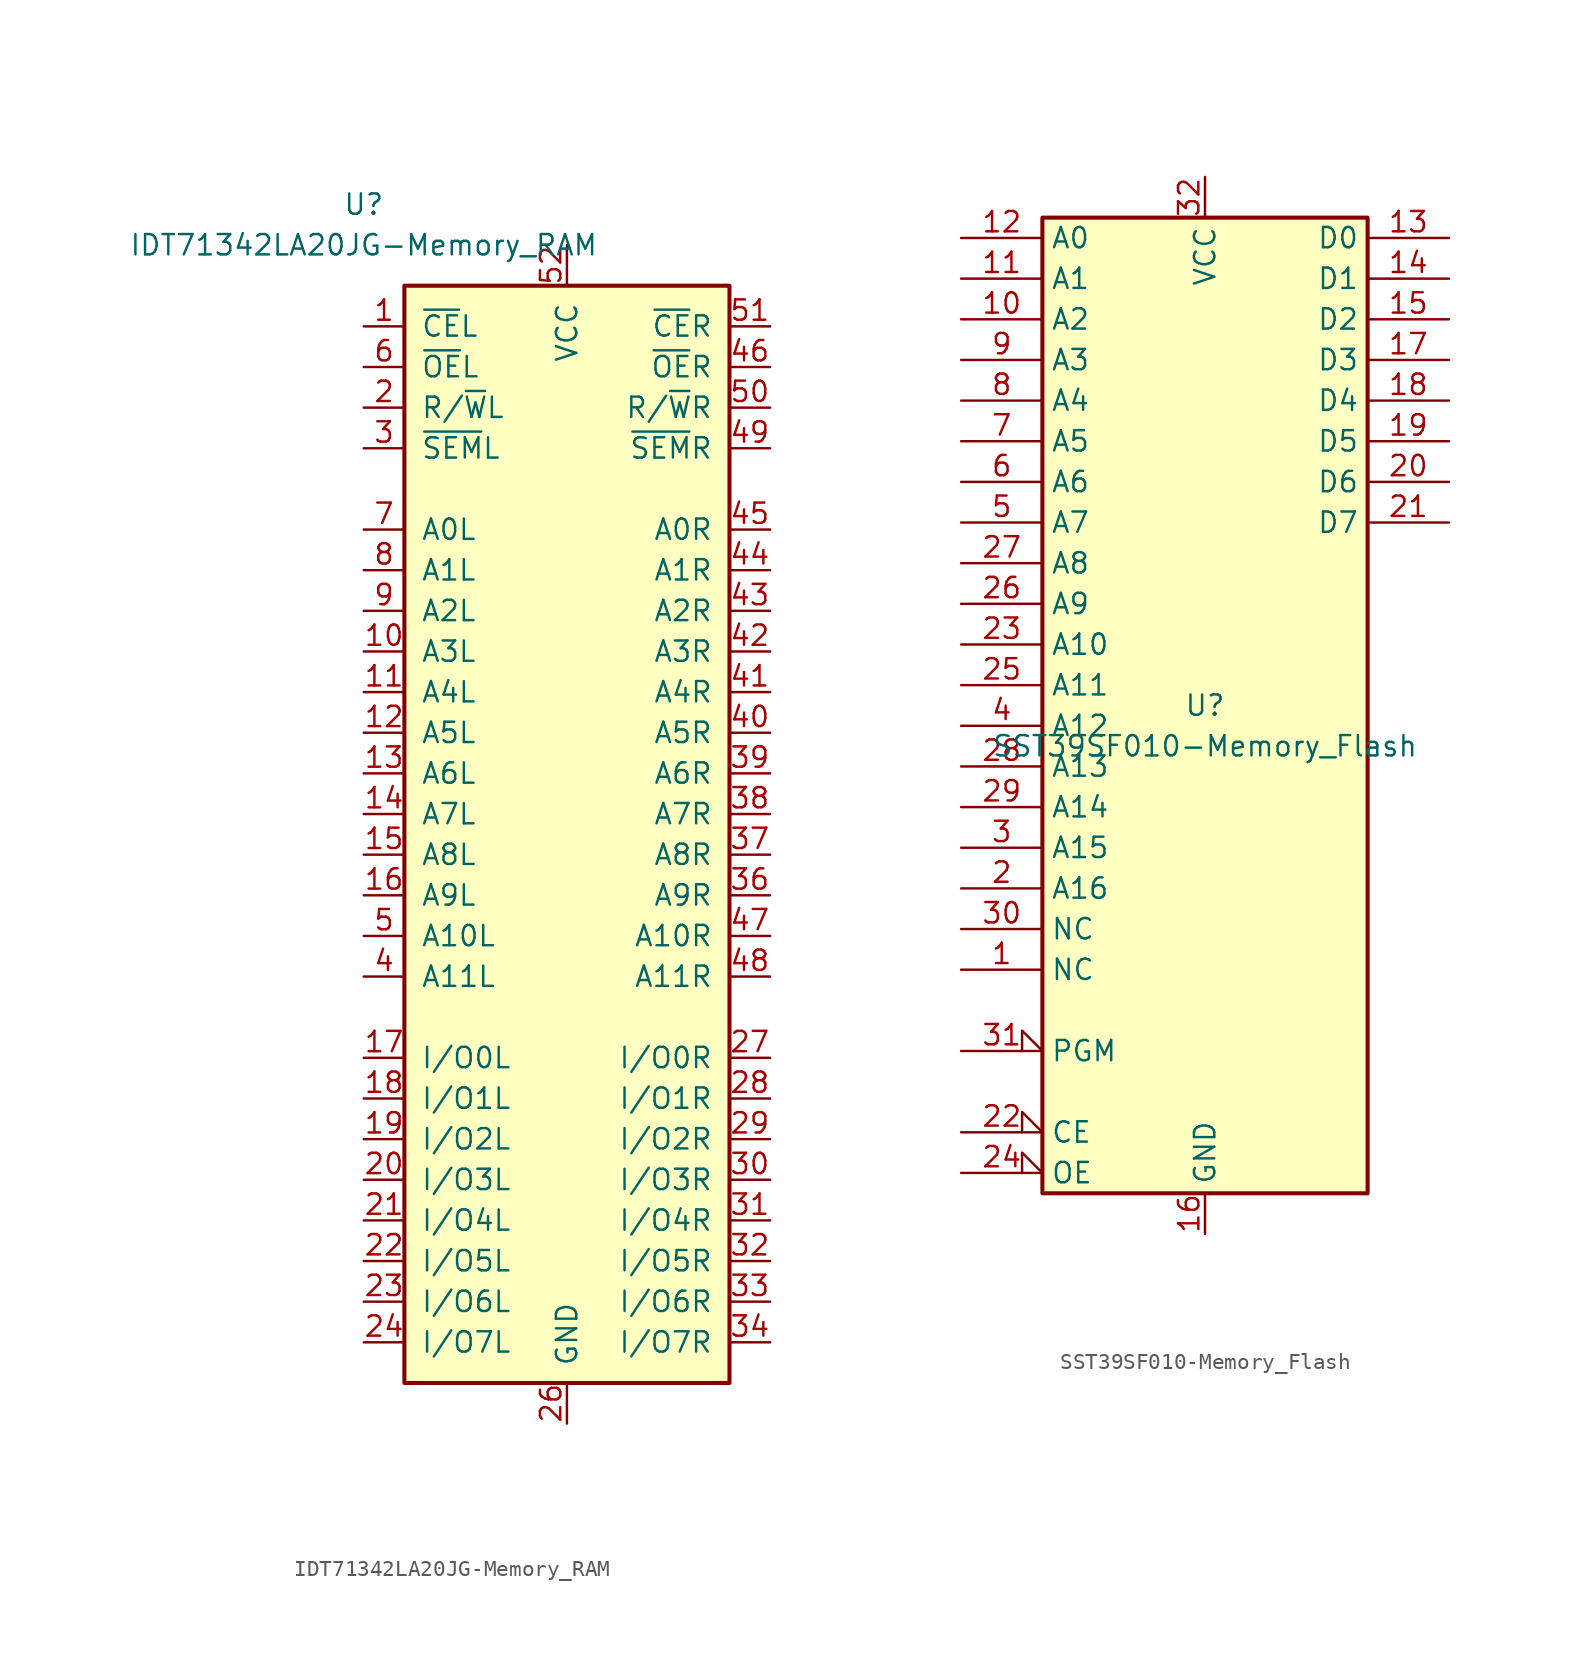
<source format=kicad_sym>
(kicad_symbol_lib
  (version 20220914)
  (generator kicad_symbol_editor)
  (symbol "IDT71342LA20JG-Memory_RAM"
    (pin_names
      (offset 1.016))
    (property "Reference" "U"
      (at -12.7 38.1 0)
      (effects (font (size 1.27 1.27))))
    (property "Value" "IDT71342LA20JG-Memory_RAM"
      (at -12.7 35.56 0)
      (effects (font (size 1.27 1.27))))
    (symbol "IDT71342LA20JG-Memory_RAM_1_1"
      (rectangle (start -10.16 -35.56) (end 10.16 33.02) (stroke (width 0.254) (type solid)) (fill (type background)))
      (pin input line (at -12.7 30.48 0) (length 2.54) (name "~{CE}L" (effects (font (size 1.27 1.27)))) (number "1" (effects (font (size 1.27 1.27)))))
      (pin input line (at -12.7 10.16 0) (length 2.54) (name "A3L" (effects (font (size 1.27 1.27)))) (number "10" (effects (font (size 1.27 1.27)))))
      (pin input line (at -12.7 7.62 0) (length 2.54) (name "A4L" (effects (font (size 1.27 1.27)))) (number "11" (effects (font (size 1.27 1.27)))))
      (pin input line (at -12.7 5.08 0) (length 2.54) (name "A5L" (effects (font (size 1.27 1.27)))) (number "12" (effects (font (size 1.27 1.27)))))
      (pin input line (at -12.7 2.54 0) (length 2.54) (name "A6L" (effects (font (size 1.27 1.27)))) (number "13" (effects (font (size 1.27 1.27)))))
      (pin input line (at -12.7 0 0) (length 2.54) (name "A7L" (effects (font (size 1.27 1.27)))) (number "14" (effects (font (size 1.27 1.27)))))
      (pin input line (at -12.7 -2.54 0) (length 2.54) (name "A8L" (effects (font (size 1.27 1.27)))) (number "15" (effects (font (size 1.27 1.27)))))
      (pin input line (at -12.7 -5.08 0) (length 2.54) (name "A9L" (effects (font (size 1.27 1.27)))) (number "16" (effects (font (size 1.27 1.27)))))
      (pin tri_state line (at -12.7 -15.24 0) (length 2.54) (name "I/O0L" (effects (font (size 1.27 1.27)))) (number "17" (effects (font (size 1.27 1.27)))))
      (pin tri_state line (at -12.7 -17.78 0) (length 2.54) (name "I/O1L" (effects (font (size 1.27 1.27)))) (number "18" (effects (font (size 1.27 1.27)))))
      (pin tri_state line (at -12.7 -20.32 0) (length 2.54) (name "I/O2L" (effects (font (size 1.27 1.27)))) (number "19" (effects (font (size 1.27 1.27)))))
      (pin input line (at -12.7 25.4 0) (length 2.54) (name "R/~{W}L" (effects (font (size 1.27 1.27)))) (number "2" (effects (font (size 1.27 1.27)))))
      (pin tri_state line (at -12.7 -22.86 0) (length 2.54) (name "I/O3L" (effects (font (size 1.27 1.27)))) (number "20" (effects (font (size 1.27 1.27)))))
      (pin tri_state line (at -12.7 -25.4 0) (length 2.54) (name "I/O4L" (effects (font (size 1.27 1.27)))) (number "21" (effects (font (size 1.27 1.27)))))
      (pin tri_state line (at -12.7 -27.94 0) (length 2.54) (name "I/O5L" (effects (font (size 1.27 1.27)))) (number "22" (effects (font (size 1.27 1.27)))))
      (pin tri_state line (at -12.7 -30.48 0) (length 2.54) (name "I/O6L" (effects (font (size 1.27 1.27)))) (number "23" (effects (font (size 1.27 1.27)))))
      (pin tri_state line (at -12.7 -33.02 0) (length 2.54) (name "I/O7L" (effects (font (size 1.27 1.27)))) (number "24" (effects (font (size 1.27 1.27)))))
      (pin no_connect line (at -2.54 -38.1 90) (length 2.54) hide (name "NC" (effects (font (size 1.27 1.27)))) (number "25" (effects (font (size 1.27 1.27)))))
      (pin power_in line (at 0 -38.1 90) (length 2.54) (name "GND" (effects (font (size 1.27 1.27)))) (number "26" (effects (font (size 1.27 1.27)))))
      (pin tri_state line (at 12.7 -15.24 180) (length 2.54) (name "I/O0R" (effects (font (size 1.27 1.27)))) (number "27" (effects (font (size 1.27 1.27)))))
      (pin tri_state line (at 12.7 -17.78 180) (length 2.54) (name "I/O1R" (effects (font (size 1.27 1.27)))) (number "28" (effects (font (size 1.27 1.27)))))
      (pin tri_state line (at 12.7 -20.32 180) (length 2.54) (name "I/O2R" (effects (font (size 1.27 1.27)))) (number "29" (effects (font (size 1.27 1.27)))))
      (pin input line (at -12.7 22.86 0) (length 2.54) (name "~{SEM}L" (effects (font (size 1.27 1.27)))) (number "3" (effects (font (size 1.27 1.27)))))
      (pin tri_state line (at 12.7 -22.86 180) (length 2.54) (name "I/O3R" (effects (font (size 1.27 1.27)))) (number "30" (effects (font (size 1.27 1.27)))))
      (pin tri_state line (at 12.7 -25.4 180) (length 2.54) (name "I/O4R" (effects (font (size 1.27 1.27)))) (number "31" (effects (font (size 1.27 1.27)))))
      (pin tri_state line (at 12.7 -27.94 180) (length 2.54) (name "I/O5R" (effects (font (size 1.27 1.27)))) (number "32" (effects (font (size 1.27 1.27)))))
      (pin tri_state line (at 12.7 -30.48 180) (length 2.54) (name "I/O6R" (effects (font (size 1.27 1.27)))) (number "33" (effects (font (size 1.27 1.27)))))
      (pin tri_state line (at 12.7 -33.02 180) (length 2.54) (name "I/O7R" (effects (font (size 1.27 1.27)))) (number "34" (effects (font (size 1.27 1.27)))))
      (pin no_connect line (at 2.54 -38.1 90) (length 2.54) hide (name "NC" (effects (font (size 1.27 1.27)))) (number "35" (effects (font (size 1.27 1.27)))))
      (pin input line (at 12.7 -5.08 180) (length 2.54) (name "A9R" (effects (font (size 1.27 1.27)))) (number "36" (effects (font (size 1.27 1.27)))))
      (pin input line (at 12.7 -2.54 180) (length 2.54) (name "A8R" (effects (font (size 1.27 1.27)))) (number "37" (effects (font (size 1.27 1.27)))))
      (pin input line (at 12.7 0 180) (length 2.54) (name "A7R" (effects (font (size 1.27 1.27)))) (number "38" (effects (font (size 1.27 1.27)))))
      (pin input line (at 12.7 2.54 180) (length 2.54) (name "A6R" (effects (font (size 1.27 1.27)))) (number "39" (effects (font (size 1.27 1.27)))))
      (pin input line (at -12.7 -10.16 0) (length 2.54) (name "A11L" (effects (font (size 1.27 1.27)))) (number "4" (effects (font (size 1.27 1.27)))))
      (pin input line (at 12.7 5.08 180) (length 2.54) (name "A5R" (effects (font (size 1.27 1.27)))) (number "40" (effects (font (size 1.27 1.27)))))
      (pin input line (at 12.7 7.62 180) (length 2.54) (name "A4R" (effects (font (size 1.27 1.27)))) (number "41" (effects (font (size 1.27 1.27)))))
      (pin input line (at 12.7 10.16 180) (length 2.54) (name "A3R" (effects (font (size 1.27 1.27)))) (number "42" (effects (font (size 1.27 1.27)))))
      (pin input line (at 12.7 12.7 180) (length 2.54) (name "A2R" (effects (font (size 1.27 1.27)))) (number "43" (effects (font (size 1.27 1.27)))))
      (pin input line (at 12.7 15.24 180) (length 2.54) (name "A1R" (effects (font (size 1.27 1.27)))) (number "44" (effects (font (size 1.27 1.27)))))
      (pin input line (at 12.7 17.78 180) (length 2.54) (name "A0R" (effects (font (size 1.27 1.27)))) (number "45" (effects (font (size 1.27 1.27)))))
      (pin input line (at 12.7 27.94 180) (length 2.54) (name "~{OE}R" (effects (font (size 1.27 1.27)))) (number "46" (effects (font (size 1.27 1.27)))))
      (pin input line (at 12.7 -7.62 180) (length 2.54) (name "A10R" (effects (font (size 1.27 1.27)))) (number "47" (effects (font (size 1.27 1.27)))))
      (pin input line (at 12.7 -10.16 180) (length 2.54) (name "A11R" (effects (font (size 1.27 1.27)))) (number "48" (effects (font (size 1.27 1.27)))))
      (pin input line (at 12.7 22.86 180) (length 2.54) (name "~{SEM}R" (effects (font (size 1.27 1.27)))) (number "49" (effects (font (size 1.27 1.27)))))
      (pin input line (at -12.7 -7.62 0) (length 2.54) (name "A10L" (effects (font (size 1.27 1.27)))) (number "5" (effects (font (size 1.27 1.27)))))
      (pin input line (at 12.7 25.4 180) (length 2.54) (name "R/~{W}R" (effects (font (size 1.27 1.27)))) (number "50" (effects (font (size 1.27 1.27)))))
      (pin input line (at 12.7 30.48 180) (length 2.54) (name "~{CE}R" (effects (font (size 1.27 1.27)))) (number "51" (effects (font (size 1.27 1.27)))))
      (pin power_in line (at 0 35.56 270) (length 2.54) (name "VCC" (effects (font (size 1.27 1.27)))) (number "52" (effects (font (size 1.27 1.27)))))
      (pin input line (at -12.7 27.94 0) (length 2.54) (name "~{OE}L" (effects (font (size 1.27 1.27)))) (number "6" (effects (font (size 1.27 1.27)))))
      (pin input line (at -12.7 17.78 0) (length 2.54) (name "A0L" (effects (font (size 1.27 1.27)))) (number "7" (effects (font (size 1.27 1.27)))))
      (pin input line (at -12.7 15.24 0) (length 2.54) (name "A1L" (effects (font (size 1.27 1.27)))) (number "8" (effects (font (size 1.27 1.27)))))
      (pin input line (at -12.7 12.7 0) (length 2.54) (name "A2L" (effects (font (size 1.27 1.27)))) (number "9" (effects (font (size 1.27 1.27)))))))
  (symbol "SST39SF010-Memory_Flash"
    (property "Reference" "U"
      (at 0 1.27 0)
      (effects (font (size 1.27 1.27))))
    (property "Value" "SST39SF010-Memory_Flash"
      (at 0 -1.27 0)
      (effects (font (size 1.27 1.27))))
    (symbol "SST39SF010-Memory_Flash_0_0"
      (pin power_in line (at 0 -31.75 90) (length 2.54) (name "GND" (effects (font (size 1.27 1.27)))) (number "16" (effects (font (size 1.27 1.27)))))
      (pin power_in line (at 0 34.29 270) (length 2.54) (name "VCC" (effects (font (size 1.27 1.27)))) (number "32" (effects (font (size 1.27 1.27))))))
    (symbol "SST39SF010-Memory_Flash_0_1"
      (rectangle (start -10.16 31.75) (end 10.16 -29.21) (stroke (width 0.254) (type solid)) (fill (type background))))
    (symbol "SST39SF010-Memory_Flash_1_1"
      (pin input line (at -15.24 -15.24 0) (length 5.08) (name "NC" (effects (font (size 1.27 1.27)))) (number "1" (effects (font (size 1.27 1.27)))))
      (pin input line (at -15.24 25.4 0) (length 5.08) (name "A2" (effects (font (size 1.27 1.27)))) (number "10" (effects (font (size 1.27 1.27)))))
      (pin input line (at -15.24 27.94 0) (length 5.08) (name "A1" (effects (font (size 1.27 1.27)))) (number "11" (effects (font (size 1.27 1.27)))))
      (pin input line (at -15.24 30.48 0) (length 5.08) (name "A0" (effects (font (size 1.27 1.27)))) (number "12" (effects (font (size 1.27 1.27)))))
      (pin tri_state line (at 15.24 30.48 180) (length 5.08) (name "D0" (effects (font (size 1.27 1.27)))) (number "13" (effects (font (size 1.27 1.27)))))
      (pin tri_state line (at 15.24 27.94 180) (length 5.08) (name "D1" (effects (font (size 1.27 1.27)))) (number "14" (effects (font (size 1.27 1.27)))))
      (pin tri_state line (at 15.24 25.4 180) (length 5.08) (name "D2" (effects (font (size 1.27 1.27)))) (number "15" (effects (font (size 1.27 1.27)))))
      (pin tri_state line (at 15.24 22.86 180) (length 5.08) (name "D3" (effects (font (size 1.27 1.27)))) (number "17" (effects (font (size 1.27 1.27)))))
      (pin tri_state line (at 15.24 20.32 180) (length 5.08) (name "D4" (effects (font (size 1.27 1.27)))) (number "18" (effects (font (size 1.27 1.27)))))
      (pin tri_state line (at 15.24 17.78 180) (length 5.08) (name "D5" (effects (font (size 1.27 1.27)))) (number "19" (effects (font (size 1.27 1.27)))))
      (pin input line (at -15.24 -10.16 0) (length 5.08) (name "A16" (effects (font (size 1.27 1.27)))) (number "2" (effects (font (size 1.27 1.27)))))
      (pin tri_state line (at 15.24 15.24 180) (length 5.08) (name "D6" (effects (font (size 1.27 1.27)))) (number "20" (effects (font (size 1.27 1.27)))))
      (pin tri_state line (at 15.24 12.7 180) (length 5.08) (name "D7" (effects (font (size 1.27 1.27)))) (number "21" (effects (font (size 1.27 1.27)))))
      (pin input input_low (at -15.24 -25.4 0) (length 5.08) (name "CE" (effects (font (size 1.27 1.27)))) (number "22" (effects (font (size 1.27 1.27)))))
      (pin input line (at -15.24 5.08 0) (length 5.08) (name "A10" (effects (font (size 1.27 1.27)))) (number "23" (effects (font (size 1.27 1.27)))))
      (pin input input_low (at -15.24 -27.94 0) (length 5.08) (name "OE" (effects (font (size 1.27 1.27)))) (number "24" (effects (font (size 1.27 1.27)))))
      (pin input line (at -15.24 2.54 0) (length 5.08) (name "A11" (effects (font (size 1.27 1.27)))) (number "25" (effects (font (size 1.27 1.27)))))
      (pin input line (at -15.24 7.62 0) (length 5.08) (name "A9" (effects (font (size 1.27 1.27)))) (number "26" (effects (font (size 1.27 1.27)))))
      (pin input line (at -15.24 10.16 0) (length 5.08) (name "A8" (effects (font (size 1.27 1.27)))) (number "27" (effects (font (size 1.27 1.27)))))
      (pin input line (at -15.24 -2.54 0) (length 5.08) (name "A13" (effects (font (size 1.27 1.27)))) (number "28" (effects (font (size 1.27 1.27)))))
      (pin input line (at -15.24 -5.08 0) (length 5.08) (name "A14" (effects (font (size 1.27 1.27)))) (number "29" (effects (font (size 1.27 1.27)))))
      (pin input line (at -15.24 -7.62 0) (length 5.08) (name "A15" (effects (font (size 1.27 1.27)))) (number "3" (effects (font (size 1.27 1.27)))))
      (pin input line (at -15.24 -12.7 0) (length 5.08) (name "NC" (effects (font (size 1.27 1.27)))) (number "30" (effects (font (size 1.27 1.27)))))
      (pin input input_low (at -15.24 -20.32 0) (length 5.08) (name "PGM" (effects (font (size 1.27 1.27)))) (number "31" (effects (font (size 1.27 1.27)))))
      (pin input line (at -15.24 0 0) (length 5.08) (name "A12" (effects (font (size 1.27 1.27)))) (number "4" (effects (font (size 1.27 1.27)))))
      (pin input line (at -15.24 12.7 0) (length 5.08) (name "A7" (effects (font (size 1.27 1.27)))) (number "5" (effects (font (size 1.27 1.27)))))
      (pin input line (at -15.24 15.24 0) (length 5.08) (name "A6" (effects (font (size 1.27 1.27)))) (number "6" (effects (font (size 1.27 1.27)))))
      (pin input line (at -15.24 17.78 0) (length 5.08) (name "A5" (effects (font (size 1.27 1.27)))) (number "7" (effects (font (size 1.27 1.27)))))
      (pin input line (at -15.24 20.32 0) (length 5.08) (name "A4" (effects (font (size 1.27 1.27)))) (number "8" (effects (font (size 1.27 1.27)))))
      (pin input line (at -15.24 22.86 0) (length 5.08) (name "A3" (effects (font (size 1.27 1.27)))) (number "9" (effects (font (size 1.27 1.27))))))))
</source>
